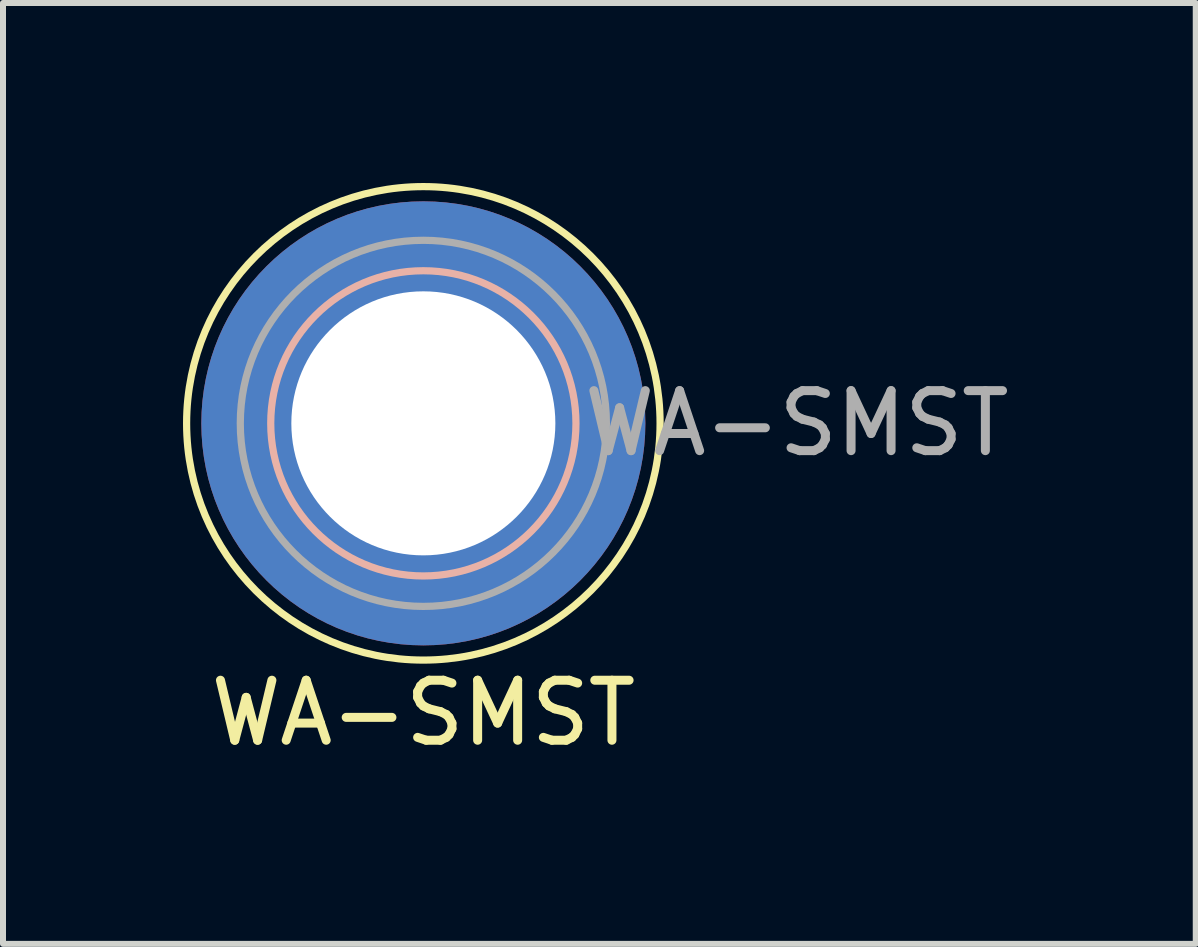
<source format=kicad_pcb>
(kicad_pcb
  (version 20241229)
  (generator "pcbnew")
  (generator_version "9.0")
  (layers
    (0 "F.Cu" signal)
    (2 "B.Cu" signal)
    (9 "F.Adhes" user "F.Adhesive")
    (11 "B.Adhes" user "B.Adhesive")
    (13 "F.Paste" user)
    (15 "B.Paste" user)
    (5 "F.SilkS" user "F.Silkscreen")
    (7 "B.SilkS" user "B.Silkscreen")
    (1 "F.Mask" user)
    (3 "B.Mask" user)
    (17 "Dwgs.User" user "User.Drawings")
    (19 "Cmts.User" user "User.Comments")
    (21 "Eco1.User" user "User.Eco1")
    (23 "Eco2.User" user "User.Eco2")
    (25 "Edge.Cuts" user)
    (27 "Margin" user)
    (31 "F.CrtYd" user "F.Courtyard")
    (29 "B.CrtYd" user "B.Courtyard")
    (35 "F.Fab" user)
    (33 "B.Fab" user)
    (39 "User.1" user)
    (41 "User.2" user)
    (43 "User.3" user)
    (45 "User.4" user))
  (footprint "WA-SMST"
    (layer "F.Cu")
    (at 4.005 4.005)
    (property "Reference" "WA-SMST" (at 0 4.826 0) (layer "F.SilkS") (effects (font (size 1 1) (thickness 0.15))))
    (attr through_hole)
    (fp_circle (center 0 0) (end 3.937 0.254) (stroke (width 0.12) (type solid)) (fill no) (layer "F.SilkS"))
    (fp_circle (center 0 0) (end 0.127 2.54) (stroke (width 0.12) (type solid)) (fill no) (layer "B.SilkS"))
    (fp_poly (pts (xy -2.3 0.5) (xy -2.275 0.625) (xy -2.2 0.85) (xy -2.05 1.175) (xy -1.875 1.425) (xy -1.675 1.65) (xy -1.425 1.875) (xy -1.175 2.025) (xy -0.875 2.175) (xy -0.525 2.275) (xy -0.525 3.6) (xy -0.775 3.55) (xy -1.25 3.425) (xy -1.625 3.25) (xy -2 3.05) (xy -2.3 2.825) (xy -2.675 2.475) (xy -2.975 2.125) (xy -3.2 1.75) (xy -3.35 1.45) (xy -3.475 1.125) (xy -3.575 0.8) (xy -3.6 0.5)) (stroke (width 0.1) (type solid)) (fill yes) (layer "F.Paste"))
    (fp_poly (pts (xy -0.5 -2.275) (xy -0.625 -2.25) (xy -0.85 -2.175) (xy -1.175 -2.025) (xy -1.425 -1.85) (xy -1.65 -1.65) (xy -1.875 -1.4) (xy -2.025 -1.15) (xy -2.175 -0.85) (xy -2.275 -0.5) (xy -3.6 -0.5) (xy -3.55 -0.75) (xy -3.425 -1.225) (xy -3.25 -1.6) (xy -3.05 -1.975) (xy -2.825 -2.275) (xy -2.475 -2.65) (xy -2.125 -2.95) (xy -1.75 -3.175) (xy -1.45 -3.325) (xy -1.125 -3.45) (xy -0.8 -3.55) (xy -0.5 -3.575)) (stroke (width 0.1) (type solid)) (fill yes) (layer "F.Paste"))
    (fp_poly (pts (xy 0.5 2.3) (xy 0.625 2.275) (xy 0.85 2.2) (xy 1.175 2.05) (xy 1.425 1.875) (xy 1.65 1.675) (xy 1.875 1.425) (xy 2.025 1.175) (xy 2.175 0.875) (xy 2.275 0.525) (xy 3.6 0.525) (xy 3.55 0.775) (xy 3.425 1.25) (xy 3.25 1.625) (xy 3.05 2) (xy 2.825 2.3) (xy 2.475 2.675) (xy 2.125 2.975) (xy 1.75 3.2) (xy 1.45 3.35) (xy 1.125 3.475) (xy 0.8 3.575) (xy 0.5 3.6)) (stroke (width 0.1) (type solid)) (fill yes) (layer "F.Paste"))
    (fp_poly (pts (xy 2.3 -0.5) (xy 2.275 -0.625) (xy 2.2 -0.85) (xy 2.05 -1.175) (xy 1.875 -1.425) (xy 1.675 -1.65) (xy 1.425 -1.875) (xy 1.175 -2.025) (xy 0.875 -2.175) (xy 0.525 -2.275) (xy 0.525 -3.6) (xy 0.775 -3.55) (xy 1.25 -3.425) (xy 1.625 -3.25) (xy 2 -3.05) (xy 2.3 -2.825) (xy 2.675 -2.475) (xy 2.975 -2.125) (xy 3.2 -1.75) (xy 3.35 -1.45) (xy 3.475 -1.125) (xy 3.575 -0.8) (xy 3.6 -0.5)) (stroke (width 0.1) (type solid)) (fill yes) (layer "F.Paste"))
    (fp_circle (center 0 0) (end -0.127 1.651) (stroke (width 0.12) (type solid)) (fill no) (layer "F.CrtYd"))
    (fp_circle (center 0 0) (end 0.127 3.048) (stroke (width 0.12) (type solid)) (fill no) (layer "F.Fab"))
    (fp_text user "${REFERENCE}" (at 6.223 0 0) (layer "F.Fab") (effects (font (size 1 1) (thickness 0.15))))
    (pad "1" thru_hole circle (at 0 0) (size 7.4 7.4) (drill 4.4) (layers "F.Cu" "F.Mask")))
  (gr_rect
    (start -3 -3)
    (end 16.877 12.679)
    (stroke (width 0.1) (type default))
    (fill no)
    (layer "Edge.Cuts")))
</source>
